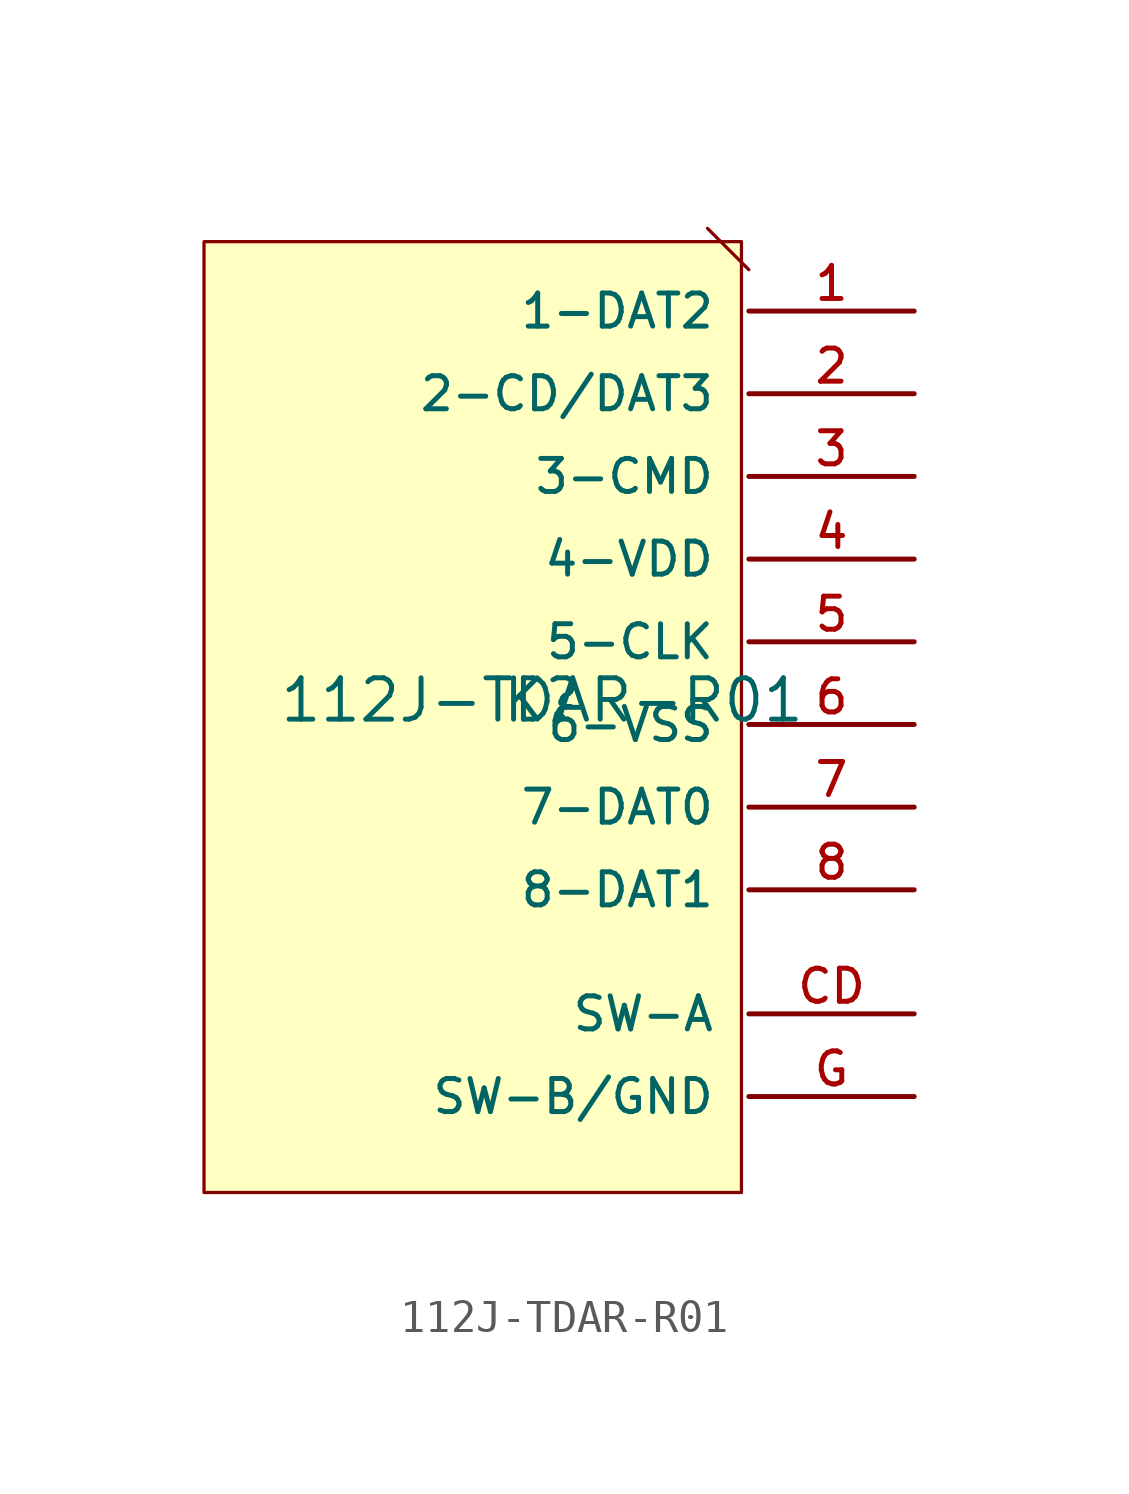
<source format=kicad_sym>
(kicad_symbol_lib
  (version 20211014)
  (generator kicad_symbol_editor)
  (symbol "112J-TDAR-R01"
    (pin_names
      (offset 1.016))
    (property "Reference" "K"
      (at 0 0 0)
      (effects (font (size 1.27 1.27)) (justify bottom)))
    (property "Value" "112J-TDAR-R01"
      (at 0 0.0 0)
      (effects (font (size 1.27 1.27)) (justify bottom)))
    (symbol "112J-TDAR-R01_0_0"
      (polyline (pts (xy 6.35 13.97) (xy 5.08 15.24)) (stroke (width 0.1)))
      (rectangle (start -10.387 -14.378) (end 6.123 14.832) (stroke (width 0.1)) (fill (type background)))
      (pin bidirectional line (at 11.43 12.7 180.0) (length 5.08) (name "1-DAT2" (effects (font (size 1.016 1.016)))) (number "1" (effects (font (size 1.016 1.016)))))
      (pin bidirectional line (at 11.43 10.16 180.0) (length 5.08) (name "2-CD/DAT3" (effects (font (size 1.016 1.016)))) (number "2" (effects (font (size 1.016 1.016)))))
      (pin bidirectional line (at 11.43 7.62 180.0) (length 5.08) (name "3-CMD" (effects (font (size 1.016 1.016)))) (number "3" (effects (font (size 1.016 1.016)))))
      (pin bidirectional line (at 11.43 5.08 180.0) (length 5.08) (name "4-VDD" (effects (font (size 1.016 1.016)))) (number "4" (effects (font (size 1.016 1.016)))))
      (pin bidirectional line (at 11.43 2.54 180.0) (length 5.08) (name "5-CLK" (effects (font (size 1.016 1.016)))) (number "5" (effects (font (size 1.016 1.016)))))
      (pin bidirectional line (at 11.43 0.0 180.0) (length 5.08) (name "6-VSS" (effects (font (size 1.016 1.016)))) (number "6" (effects (font (size 1.016 1.016)))))
      (pin bidirectional line (at 11.43 -2.54 180.0) (length 5.08) (name "7-DAT0" (effects (font (size 1.016 1.016)))) (number "7" (effects (font (size 1.016 1.016)))))
      (pin bidirectional line (at 11.43 -5.08 180.0) (length 5.08) (name "8-DAT1" (effects (font (size 1.016 1.016)))) (number "8" (effects (font (size 1.016 1.016)))))
      (pin bidirectional line (at 11.43 -8.89 180.0) (length 5.08) (name "SW-A" (effects (font (size 1.016 1.016)))) (number "CD" (effects (font (size 1.016 1.016)))))
      (pin bidirectional line (at 11.43 -11.43 180.0) (length 5.08) (name "SW-B/GND" (effects (font (size 1.016 1.016)))) (number "G" (effects (font (size 1.016 1.016))))))))
</source>
